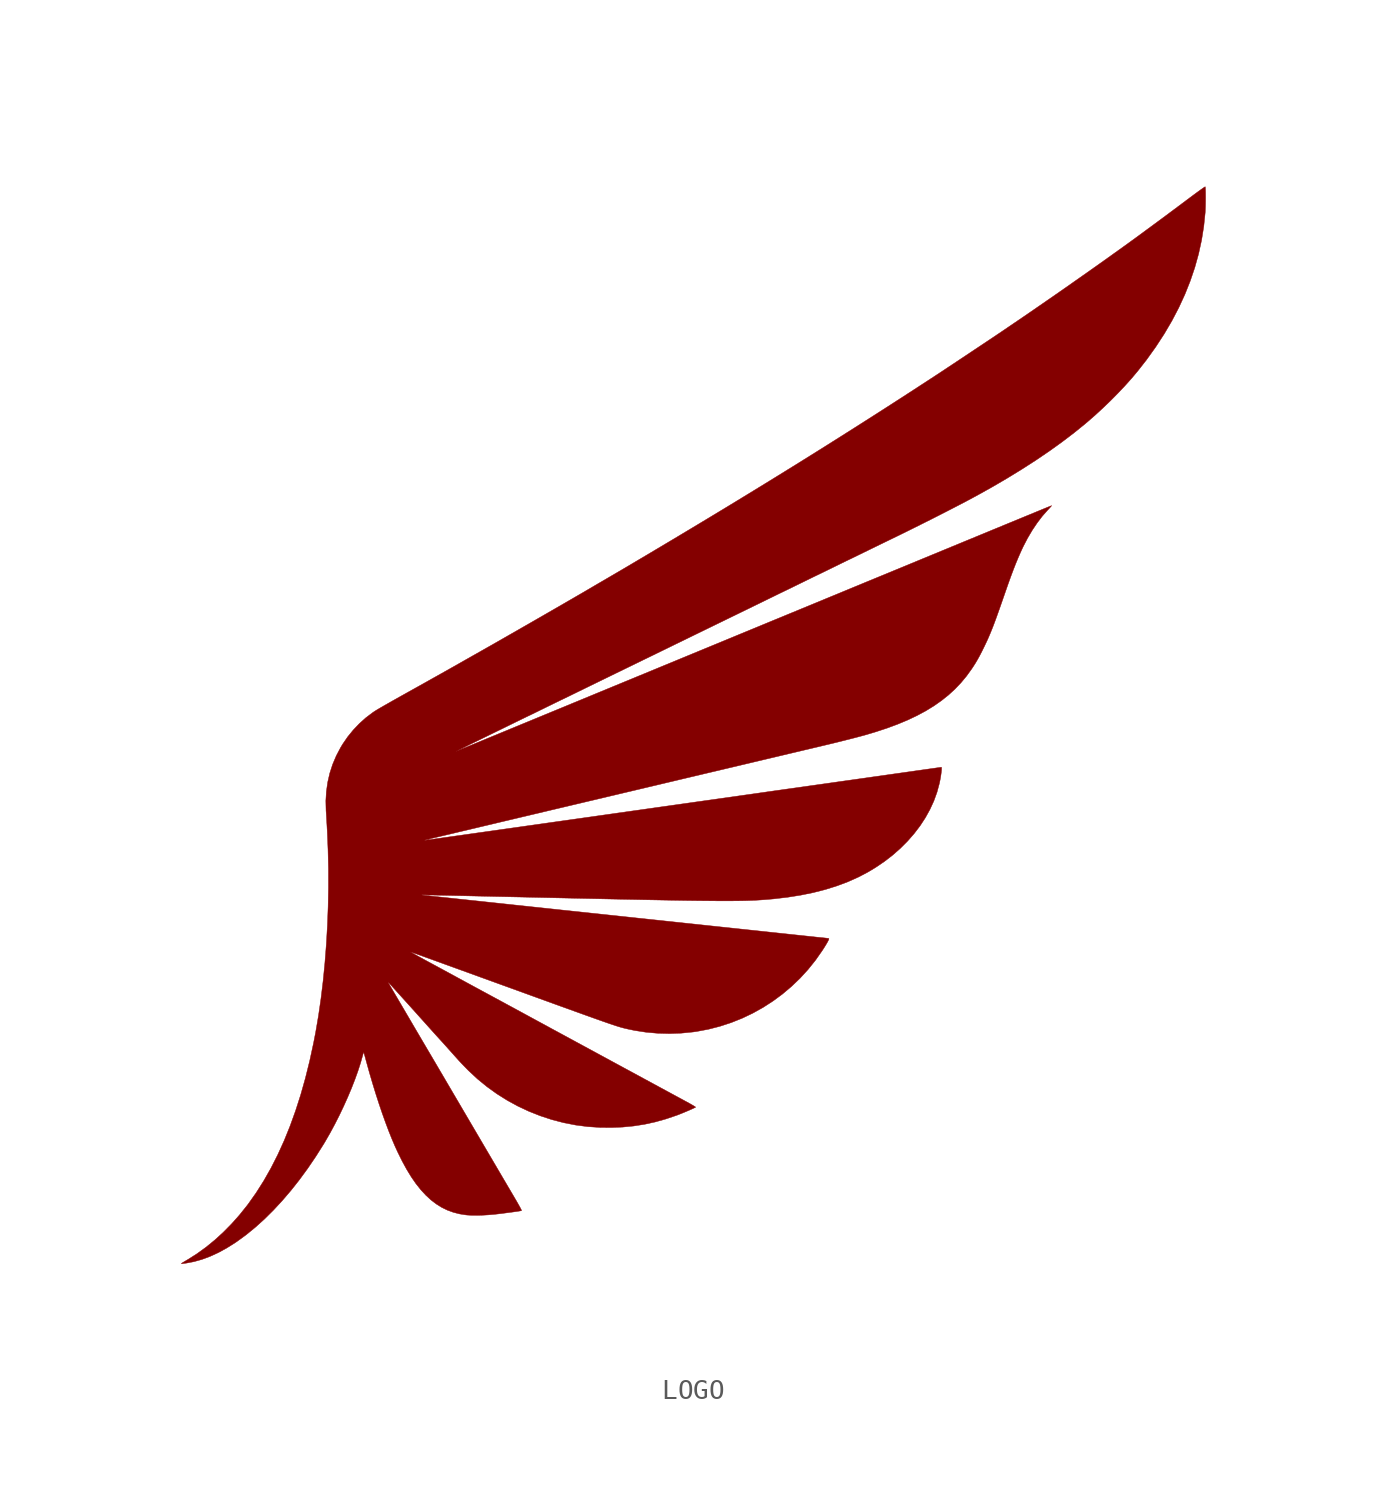
<source format=kicad_sym>
(kicad_symbol_lib
  (version 20210619)
  (generator bitmap2component)
  (symbol "LOGO"
    (pin_names
      (offset 1.016))
    (property "Reference" "#G"
      (at 0 39.365 0)
      (effects (font (size 1.27 1.27)) hide))
    (symbol "LOGO_0_0"
      (polyline (pts (xy -25.558 -26.975) (xy -25.478 -26.965) (xy -25.363 -26.949) (xy -25.001 -26.88) (xy -24.601 -26.768) (xy -24.195 -26.617) (xy -23.782 -26.428) (xy -23.364 -26.2) (xy -22.94 -25.934) (xy -22.849 -25.872) (xy -22.389 -25.537) (xy -21.931 -25.163) (xy -21.476 -24.753) (xy -21.026 -24.307) (xy -20.582 -23.829) (xy -20.145 -23.318) (xy -19.718 -22.778) (xy -19.301 -22.209) (xy -18.896 -21.612) (xy -18.504 -20.991) (xy -18.414 -20.84) (xy -18.174 -20.422) (xy -17.941 -19.988) (xy -17.715 -19.543) (xy -17.5 -19.091) (xy -17.297 -18.639) (xy -17.108 -18.191) (xy -16.937 -17.752) (xy -16.785 -17.328) (xy -16.655 -16.924) (xy -16.548 -16.545) (xy -16.545 -16.532) (xy -16.526 -16.465) (xy -16.51 -16.418) (xy -16.5 -16.4) (xy -16.492 -16.414) (xy -16.477 -16.459) (xy -16.456 -16.529) (xy -16.432 -16.615) (xy -16.363 -16.87) (xy -16.212 -17.413) (xy -16.055 -17.947) (xy -15.895 -18.468) (xy -15.732 -18.972) (xy -15.568 -19.456) (xy -15.403 -19.916) (xy -15.241 -20.347) (xy -15.081 -20.746) (xy -14.925 -21.11) (xy -14.797 -21.388) (xy -14.573 -21.842) (xy -14.346 -22.258) (xy -14.115 -22.636) (xy -13.879 -22.977) (xy -13.636 -23.282) (xy -13.387 -23.552) (xy -13.131 -23.788) (xy -12.865 -23.991) (xy -12.59 -24.162) (xy -12.305 -24.301) (xy -12.008 -24.409) (xy -11.698 -24.488) (xy -11.376 -24.539) (xy -11.295 -24.546) (xy -11.07 -24.558) (xy -10.814 -24.56) (xy -10.534 -24.552) (xy -10.236 -24.534) (xy -9.925 -24.506) (xy -9.609 -24.47) (xy -9.515 -24.457) (xy -9.286 -24.427) (xy -9.094 -24.402) (xy -8.936 -24.38) (xy -8.812 -24.362) (xy -8.717 -24.347) (xy -8.65 -24.336) (xy -8.61 -24.327) (xy -8.593 -24.32) (xy -8.595 -24.309) (xy -8.614 -24.267) (xy -8.65 -24.197) (xy -8.7 -24.104) (xy -8.763 -23.992) (xy -8.835 -23.865) (xy -8.916 -23.727) (xy -8.928 -23.706) (xy -9.016 -23.556) (xy -9.117 -23.384) (xy -9.231 -23.191) (xy -9.359 -22.973) (xy -9.502 -22.73) (xy -9.66 -22.461) (xy -9.834 -22.164) (xy -10.025 -21.839) (xy -10.233 -21.485) (xy -10.46 -21.099) (xy -10.705 -20.681) (xy -10.97 -20.23) (xy -11.062 -20.073) (xy -11.193 -19.85) (xy -11.336 -19.606) (xy -11.486 -19.351) (xy -11.637 -19.093) (xy -11.786 -18.839) (xy -11.927 -18.599) (xy -12.056 -18.38) (xy -12.095 -18.313) (xy -12.209 -18.119) (xy -12.323 -17.925) (xy -12.433 -17.737) (xy -12.537 -17.559) (xy -12.633 -17.397) (xy -12.716 -17.255) (xy -12.785 -17.138) (xy -12.836 -17.05) (xy -12.897 -16.947) (xy -12.984 -16.799) (xy -13.074 -16.646) (xy -13.159 -16.502) (xy -13.231 -16.38) (xy -13.277 -16.303) (xy -13.341 -16.193) (xy -13.42 -16.059) (xy -13.511 -15.905) (xy -13.61 -15.736) (xy -13.715 -15.558) (xy -13.823 -15.374) (xy -13.931 -15.19) (xy -13.996 -15.079) (xy -14.12 -14.867) (xy -14.25 -14.645) (xy -14.382 -14.42) (xy -14.511 -14.2) (xy -14.634 -13.991) (xy -14.745 -13.802) (xy -14.84 -13.64) (xy -14.935 -13.479) (xy -15.025 -13.325) (xy -15.098 -13.199) (xy -15.156 -13.1) (xy -15.2 -13.024) (xy -15.233 -12.967) (xy -15.255 -12.928) (xy -15.268 -12.902) (xy -15.274 -12.888) (xy -15.276 -12.882) (xy -15.273 -12.88) (xy -15.263 -12.889) (xy -15.23 -12.923) (xy -15.178 -12.979) (xy -15.113 -13.051) (xy -15.038 -13.135) (xy -15.012 -13.164) (xy -14.91 -13.277) (xy -14.799 -13.4) (xy -14.692 -13.519) (xy -14.6 -13.621) (xy -14.53 -13.698) (xy -14.386 -13.858) (xy -14.215 -14.047) (xy -14.018 -14.266) (xy -13.796 -14.514) (xy -13.546 -14.792) (xy -13.27 -15.1) (xy -13.18 -15.2) (xy -13.069 -15.324) (xy -12.965 -15.44) (xy -12.873 -15.542) (xy -12.795 -15.627) (xy -12.737 -15.691) (xy -12.702 -15.73) (xy -12.698 -15.734) (xy -12.657 -15.779) (xy -12.605 -15.836) (xy -12.539 -15.909) (xy -12.458 -15.999) (xy -12.357 -16.111) (xy -12.236 -16.247) (xy -12.09 -16.41) (xy -12.021 -16.487) (xy -11.935 -16.584) (xy -11.844 -16.685) (xy -11.759 -16.78) (xy -11.757 -16.783) (xy -11.681 -16.865) (xy -11.586 -16.966) (xy -11.478 -17.078) (xy -11.367 -17.192) (xy -11.261 -17.3) (xy -11.25 -17.311) (xy -10.802 -17.728) (xy -10.329 -18.115) (xy -9.833 -18.472) (xy -9.315 -18.798) (xy -8.779 -19.091) (xy -8.225 -19.351) (xy -7.657 -19.576) (xy -7.076 -19.767) (xy -6.484 -19.921) (xy -5.885 -20.038) (xy -5.279 -20.117) (xy -4.67 -20.157) (xy -4.111 -20.163) (xy -3.538 -20.14) (xy -2.982 -20.086) (xy -2.437 -20.001) (xy -1.897 -19.883) (xy -1.357 -19.731) (xy -0.811 -19.546) (xy -0.741 -19.519) (xy -0.631 -19.476) (xy -0.511 -19.427) (xy -0.386 -19.375) (xy -0.263 -19.323) (xy -0.147 -19.273) (xy -0.044 -19.227) (xy 0.039 -19.188) (xy 0.098 -19.16) (xy 0.125 -19.143) (xy 0.112 -19.131) (xy 0.069 -19.102) (xy -0.001 -19.059) (xy -0.092 -19.006) (xy -0.202 -18.944) (xy -0.325 -18.877) (xy -0.379 -18.848) (xy -0.474 -18.796) (xy -0.601 -18.727) (xy -0.757 -18.643) (xy -0.94 -18.544) (xy -1.147 -18.432) (xy -1.377 -18.307) (xy -1.626 -18.172) (xy -1.894 -18.027) (xy -2.177 -17.873) (xy -2.474 -17.713) (xy -2.781 -17.546) (xy -3.098 -17.374) (xy -3.422 -17.199) (xy -3.75 -17.021) (xy -4.07 -16.848) (xy -4.384 -16.677) (xy -4.689 -16.512) (xy -4.981 -16.353) (xy -5.26 -16.202) (xy -5.523 -16.06) (xy -5.768 -15.927) (xy -5.994 -15.804) (xy -6.198 -15.694) (xy -6.378 -15.596) (xy -6.533 -15.512) (xy -6.661 -15.443) (xy -6.759 -15.39) (xy -6.826 -15.353) (xy -6.86 -15.335) (xy -6.897 -15.315) (xy -6.994 -15.263) (xy -7.101 -15.205) (xy -7.2 -15.15) (xy -7.228 -15.135) (xy -7.325 -15.082) (xy -7.441 -15.019) (xy -7.563 -14.953) (xy -7.68 -14.89) (xy -7.72 -14.868) (xy -7.84 -14.803) (xy -7.962 -14.737) (xy -8.072 -14.677) (xy -8.16 -14.629) (xy -8.194 -14.611) (xy -8.266 -14.571) (xy -8.368 -14.516) (xy -8.497 -14.446) (xy -8.65 -14.363) (xy -8.824 -14.268) (xy -9.016 -14.164) (xy -9.224 -14.052) (xy -9.444 -13.932) (xy -9.674 -13.808) (xy -9.91 -13.68) (xy -10.091 -13.582) (xy -10.324 -13.456) (xy -10.55 -13.334) (xy -10.764 -13.218) (xy -10.964 -13.11) (xy -11.147 -13.01) (xy -11.31 -12.922) (xy -11.45 -12.846) (xy -11.563 -12.784) (xy -11.648 -12.738) (xy -11.7 -12.71) (xy -11.772 -12.671) (xy -11.876 -12.614) (xy -12.003 -12.545) (xy -12.146 -12.467) (xy -12.298 -12.385) (xy -12.453 -12.301) (xy -12.604 -12.219) (xy -12.745 -12.143) (xy -12.869 -12.075) (xy -12.97 -12.021) (xy -13.057 -11.974) (xy -13.261 -11.864) (xy -13.451 -11.761) (xy -13.624 -11.666) (xy -13.777 -11.583) (xy -13.907 -11.511) (xy -14.013 -11.452) (xy -14.091 -11.407) (xy -14.139 -11.379) (xy -14.155 -11.368) (xy -14.151 -11.369) (xy -14.116 -11.38) (xy -14.05 -11.402) (xy -13.958 -11.434) (xy -13.844 -11.474) (xy -13.713 -11.52) (xy -13.569 -11.572) (xy -13.498 -11.598) (xy -13.319 -11.663) (xy -13.117 -11.736) (xy -12.902 -11.814) (xy -12.684 -11.893) (xy -12.473 -11.97) (xy -12.28 -12.04) (xy -12.154 -12.085) (xy -11.976 -12.15) (xy -11.772 -12.224) (xy -11.547 -12.305) (xy -11.307 -12.392) (xy -11.059 -12.482) (xy -10.808 -12.573) (xy -10.559 -12.664) (xy -10.32 -12.75) (xy -10.293 -12.76) (xy -9.71 -12.972) (xy -9.162 -13.17) (xy -8.649 -13.356) (xy -8.171 -13.53) (xy -7.724 -13.692) (xy -7.309 -13.842) (xy -6.924 -13.982) (xy -6.567 -14.111) (xy -6.238 -14.229) (xy -5.935 -14.339) (xy -5.657 -14.439) (xy -5.402 -14.531) (xy -5.169 -14.614) (xy -4.958 -14.69) (xy -4.766 -14.758) (xy -4.593 -14.819) (xy -4.437 -14.874) (xy -4.297 -14.923) (xy -4.171 -14.966) (xy -4.059 -15.004) (xy -3.959 -15.037) (xy -3.87 -15.067) (xy -3.79 -15.092) (xy -3.719 -15.114) (xy -3.655 -15.133) (xy -3.596 -15.15) (xy -3.542 -15.165) (xy -3.491 -15.178) (xy -3.442 -15.19) (xy -3.394 -15.202) (xy -3.345 -15.213) (xy -3.294 -15.225) (xy -3.24 -15.237) (xy -2.927 -15.302) (xy -2.355 -15.39) (xy -1.773 -15.442) (xy -1.185 -15.458) (xy -0.596 -15.436) (xy -0.01 -15.378) (xy 0.18 -15.351) (xy 0.766 -15.241) (xy 1.341 -15.093) (xy 1.904 -14.909) (xy 2.453 -14.69) (xy 2.986 -14.436) (xy 3.501 -14.149) (xy 3.997 -13.829) (xy 4.471 -13.479) (xy 4.923 -13.098) (xy 5.35 -12.689) (xy 5.75 -12.252) (xy 6.122 -11.789) (xy 6.465 -11.3) (xy 6.486 -11.267) (xy 6.589 -11.106) (xy 6.672 -10.969) (xy 6.735 -10.859) (xy 6.777 -10.776) (xy 6.797 -10.722) (xy 6.795 -10.698) (xy 6.768 -10.691) (xy 6.711 -10.682) (xy 6.64 -10.674) (xy 6.62 -10.672) (xy 6.554 -10.665) (xy 6.456 -10.655) (xy 6.33 -10.642) (xy 6.181 -10.627) (xy 6.015 -10.609) (xy 5.837 -10.59) (xy 5.65 -10.57) (xy 5.569 -10.562) (xy 5.308 -10.534) (xy 5.013 -10.503) (xy 4.689 -10.468) (xy 4.339 -10.431) (xy 3.968 -10.391) (xy 3.58 -10.35) (xy 3.18 -10.307) (xy 2.772 -10.264) (xy 2.36 -10.22) (xy 1.949 -10.176) (xy 1.543 -10.133) (xy 1.146 -10.091) (xy 0.762 -10.05) (xy 0.397 -10.011) (xy 0.053 -9.974) (xy -0.264 -9.941) (xy -0.55 -9.91) (xy -0.642 -9.9) (xy -0.891 -9.874) (xy -1.138 -9.847) (xy -1.38 -9.822) (xy -1.61 -9.797) (xy -1.825 -9.774) (xy -2.019 -9.754) (xy -2.188 -9.736) (xy -2.326 -9.721) (xy -2.43 -9.71) (xy -2.438 -9.709) (xy -2.613 -9.691) (xy -2.81 -9.67) (xy -3.014 -9.648) (xy -3.209 -9.627) (xy -3.38 -9.609) (xy -3.399 -9.607) (xy -3.527 -9.593) (xy -3.688 -9.576) (xy -3.876 -9.556) (xy -4.085 -9.534) (xy -4.311 -9.51) (xy -4.546 -9.485) (xy -4.786 -9.459) (xy -5.025 -9.434) (xy -5.257 -9.409) (xy -5.476 -9.386) (xy -5.677 -9.364) (xy -5.853 -9.346) (xy -6 -9.33) (xy -6.001 -9.33) (xy -6.052 -9.325) (xy -6.139 -9.315) (xy -6.263 -9.302) (xy -6.419 -9.286) (xy -6.605 -9.266) (xy -6.82 -9.243) (xy -7.061 -9.217) (xy -7.327 -9.189) (xy -7.613 -9.158) (xy -7.919 -9.126) (xy -8.242 -9.091) (xy -8.58 -9.055) (xy -8.931 -9.018) (xy -9.291 -8.979) (xy -9.66 -8.94) (xy -9.674 -8.938) (xy -10.042 -8.899) (xy -10.402 -8.861) (xy -10.752 -8.823) (xy -11.089 -8.788) (xy -11.412 -8.753) (xy -11.717 -8.721) (xy -12.003 -8.69) (xy -12.267 -8.662) (xy -12.507 -8.637) (xy -12.721 -8.614) (xy -12.906 -8.594) (xy -13.06 -8.578) (xy -13.182 -8.565) (xy -13.268 -8.556) (xy -13.317 -8.55) (xy -13.342 -8.548) (xy -13.438 -8.537) (xy -13.517 -8.527) (xy -13.571 -8.519) (xy -13.593 -8.514) (xy -13.593 -8.513) (xy -13.568 -8.511) (xy -13.513 -8.51) (xy -13.433 -8.511) (xy -13.336 -8.513) (xy -13.309 -8.514) (xy -13.239 -8.516) (xy -13.131 -8.518) (xy -12.988 -8.522) (xy -12.811 -8.526) (xy -12.602 -8.531) (xy -12.361 -8.536) (xy -12.092 -8.542) (xy -11.794 -8.549) (xy -11.47 -8.556) (xy -11.122 -8.564) (xy -10.75 -8.573) (xy -10.357 -8.581) (xy -9.945 -8.591) (xy -9.514 -8.6) (xy -9.066 -8.61) (xy -8.603 -8.62) (xy -8.126 -8.631) (xy -7.637 -8.642) (xy -7.138 -8.653) (xy -6.63 -8.664) (xy -6.06 -8.677) (xy -5.367 -8.692) (xy -4.71 -8.706) (xy -4.091 -8.72) (xy -3.506 -8.732) (xy -2.955 -8.743) (xy -2.437 -8.754) (xy -1.95 -8.763) (xy -1.493 -8.772) (xy -1.064 -8.78) (xy -0.663 -8.787) (xy -0.288 -8.793) (xy 0.062 -8.798) (xy 0.389 -8.802) (xy 0.693 -8.805) (xy 0.977 -8.808) (xy 1.241 -8.81) (xy 1.486 -8.81) (xy 1.715 -8.811) (xy 1.928 -8.81) (xy 2.126 -8.808) (xy 2.312 -8.806) (xy 2.485 -8.803) (xy 2.648 -8.799) (xy 2.801 -8.794) (xy 2.947 -8.788) (xy 3.086 -8.782) (xy 3.219 -8.775) (xy 3.348 -8.767) (xy 3.475 -8.758) (xy 3.6 -8.749) (xy 3.724 -8.739) (xy 3.85 -8.728) (xy 4.032 -8.712) (xy 4.729 -8.63) (xy 5.394 -8.524) (xy 6.029 -8.394) (xy 6.633 -8.239) (xy 7.207 -8.059) (xy 7.75 -7.855) (xy 8.265 -7.625) (xy 8.75 -7.371) (xy 9.131 -7.142) (xy 9.574 -6.842) (xy 9.99 -6.521) (xy 10.378 -6.179) (xy 10.737 -5.819) (xy 11.066 -5.443) (xy 11.364 -5.052) (xy 11.628 -4.648) (xy 11.858 -4.232) (xy 12.053 -3.807) (xy 12.21 -3.373) (xy 12.329 -2.933) (xy 12.336 -2.901) (xy 12.364 -2.763) (xy 12.389 -2.626) (xy 12.409 -2.494) (xy 12.425 -2.374) (xy 12.436 -2.271) (xy 12.44 -2.191) (xy 12.438 -2.139) (xy 12.428 -2.12) (xy 12.406 -2.123) (xy 12.348 -2.131) (xy 12.258 -2.143) (xy 12.138 -2.16) (xy 11.993 -2.18) (xy 11.825 -2.204) (xy 11.638 -2.23) (xy 11.437 -2.259) (xy 11.223 -2.289) (xy 11.173 -2.296) (xy 10.945 -2.329) (xy 10.682 -2.366) (xy 10.388 -2.408) (xy 10.067 -2.453) (xy 9.723 -2.502) (xy 9.359 -2.554) (xy 8.981 -2.607) (xy 8.591 -2.663) (xy 8.193 -2.719) (xy 7.791 -2.776) (xy 7.39 -2.832) (xy 6.993 -2.889) (xy 6.604 -2.944) (xy 6.227 -2.997) (xy 5.865 -3.048) (xy 5.523 -3.097) (xy 5.205 -3.142) (xy 4.914 -3.183) (xy 4.654 -3.219) (xy 4.43 -3.251) (xy 4.288 -3.271) (xy 4.096 -3.298) (xy 3.912 -3.324) (xy 3.743 -3.348) (xy 3.593 -3.37) (xy 3.468 -3.388) (xy 3.372 -3.401) (xy 3.31 -3.41) (xy 3.28 -3.415) (xy 3.205 -3.425) (xy 3.096 -3.441) (xy 2.956 -3.461) (xy 2.787 -3.485) (xy 2.592 -3.512) (xy 2.375 -3.543) (xy 2.138 -3.577) (xy 1.884 -3.613) (xy 1.616 -3.651) (xy 1.337 -3.69) (xy 1.05 -3.731) (xy 0.742 -3.774) (xy 0.409 -3.821) (xy 0.068 -3.869) (xy -0.278 -3.918) (xy -0.621 -3.967) (xy -0.957 -4.014) (xy -1.28 -4.06) (xy -1.586 -4.103) (xy -1.868 -4.143) (xy -2.121 -4.179) (xy -2.34 -4.21) (xy -2.374 -4.215) (xy -2.67 -4.257) (xy -3.003 -4.304) (xy -3.37 -4.356) (xy -3.768 -4.412) (xy -4.195 -4.473) (xy -4.648 -4.537) (xy -5.125 -4.605) (xy -5.622 -4.675) (xy -6.137 -4.748) (xy -6.668 -4.823) (xy -7.213 -4.9) (xy -7.767 -4.979) (xy -8.329 -5.058) (xy -8.896 -5.139) (xy -9.465 -5.219) (xy -10.034 -5.3) (xy -10.6 -5.38) (xy -10.681 -5.391) (xy -10.982 -5.434) (xy -11.276 -5.475) (xy -11.559 -5.516) (xy -11.829 -5.554) (xy -12.083 -5.59) (xy -12.317 -5.623) (xy -12.529 -5.653) (xy -12.717 -5.68) (xy -12.876 -5.702) (xy -13.004 -5.721) (xy -13.099 -5.734) (xy -13.156 -5.742) (xy -13.2 -5.748) (xy -13.296 -5.761) (xy -13.376 -5.771) (xy -13.429 -5.776) (xy -13.451 -5.776) (xy -13.442 -5.772) (xy -13.401 -5.759) (xy -13.332 -5.741) (xy -13.241 -5.718) (xy -13.134 -5.692) (xy -13.095 -5.683) (xy -12.988 -5.657) (xy -12.852 -5.625) (xy -12.691 -5.587) (xy -12.513 -5.545) (xy -12.322 -5.5) (xy -12.126 -5.454) (xy -11.93 -5.407) (xy -11.853 -5.389) (xy -11.65 -5.34) (xy -11.444 -5.292) (xy -11.244 -5.245) (xy -11.056 -5.2) (xy -10.886 -5.16) (xy -10.742 -5.125) (xy -10.63 -5.099) (xy -10.493 -5.066) (xy -10.328 -5.027) (xy -10.162 -4.988) (xy -10.008 -4.951) (xy -9.88 -4.921) (xy -9.833 -4.909) (xy -9.74 -4.887) (xy -9.614 -4.857) (xy -9.458 -4.82) (xy -9.275 -4.777) (xy -9.068 -4.728) (xy -8.841 -4.674) (xy -8.597 -4.616) (xy -8.338 -4.555) (xy -8.068 -4.491) (xy -7.79 -4.425) (xy -7.508 -4.358) (xy -7.223 -4.29) (xy -6.94 -4.223) (xy -6.661 -4.157) (xy -6.39 -4.093) (xy -6.13 -4.031) (xy -5.883 -3.973) (xy -5.654 -3.919) (xy -5.445 -3.869) (xy -5.259 -3.825) (xy -5.099 -3.787) (xy -4.969 -3.757) (xy -4.872 -3.734) (xy -4.81 -3.719) (xy -4.786 -3.713) (xy -4.715 -3.697) (xy -4.609 -3.672) (xy -4.471 -3.639) (xy -4.303 -3.599) (xy -4.11 -3.553) (xy -3.892 -3.502) (xy -3.654 -3.445) (xy -3.397 -3.384) (xy -3.124 -3.32) (xy -2.839 -3.252) (xy -2.543 -3.182) (xy -2.24 -3.11) (xy -2.091 -3.075) (xy -1.787 -3.003) (xy -1.49 -2.932) (xy -1.203 -2.864) (xy -0.928 -2.799) (xy -0.669 -2.737) (xy -0.428 -2.68) (xy -0.208 -2.628) (xy -0.013 -2.582) (xy 0.154 -2.542) (xy 0.292 -2.51) (xy 0.396 -2.485) (xy 0.465 -2.469) (xy 0.491 -2.462) (xy 0.806 -2.388) (xy 1.09 -2.321) (xy 1.353 -2.259) (xy 1.604 -2.199) (xy 1.85 -2.141) (xy 2.1 -2.082) (xy 2.15 -2.07) (xy 2.331 -2.027) (xy 2.528 -1.98) (xy 2.728 -1.933) (xy 2.917 -1.888) (xy 3.08 -1.849) (xy 3.145 -1.834) (xy 3.275 -1.803) (xy 3.436 -1.765) (xy 3.621 -1.721) (xy 3.825 -1.673) (xy 4.044 -1.621) (xy 4.271 -1.567) (xy 4.502 -1.512) (xy 4.73 -1.458) (xy 4.882 -1.422) (xy 5.11 -1.368) (xy 5.335 -1.315) (xy 5.552 -1.263) (xy 5.757 -1.215) (xy 5.943 -1.171) (xy 6.105 -1.132) (xy 6.24 -1.101) (xy 6.34 -1.077) (xy 6.444 -1.052) (xy 6.729 -0.984) (xy 7.017 -0.915) (xy 7.302 -0.845) (xy 7.58 -0.775) (xy 7.845 -0.708) (xy 8.092 -0.645) (xy 8.316 -0.586) (xy 8.511 -0.534) (xy 8.672 -0.489) (xy 9.133 -0.351) (xy 9.706 -0.163) (xy 10.243 0.036) (xy 10.745 0.246) (xy 11.213 0.468) (xy 11.65 0.703) (xy 12.056 0.952) (xy 12.433 1.216) (xy 12.783 1.495) (xy 13.107 1.791) (xy 13.406 2.105) (xy 13.683 2.438) (xy 13.938 2.79) (xy 14.028 2.925) (xy 14.137 3.097) (xy 14.239 3.27) (xy 14.341 3.454) (xy 14.447 3.657) (xy 14.561 3.889) (xy 14.579 3.926) (xy 14.647 4.068) (xy 14.712 4.206) (xy 14.774 4.343) (xy 14.834 4.482) (xy 14.895 4.627) (xy 14.957 4.78) (xy 15.022 4.945) (xy 15.09 5.125) (xy 15.164 5.324) (xy 15.243 5.545) (xy 15.331 5.791) (xy 15.427 6.065) (xy 15.533 6.37) (xy 15.651 6.71) (xy 15.777 7.071) (xy 15.908 7.434) (xy 16.032 7.765) (xy 16.151 8.07) (xy 16.267 8.351) (xy 16.381 8.613) (xy 16.494 8.86) (xy 16.531 8.937) (xy 16.748 9.355) (xy 16.981 9.75) (xy 17.228 10.118) (xy 17.485 10.455) (xy 17.751 10.756) (xy 17.794 10.802) (xy 17.86 10.873) (xy 17.91 10.929) (xy 17.942 10.966) (xy 17.951 10.98) (xy 17.951 10.98) (xy 17.939 10.976) (xy 17.91 10.965) (xy 17.862 10.946) (xy 17.794 10.919) (xy 17.705 10.883) (xy 17.593 10.837) (xy 17.456 10.781) (xy 17.294 10.714) (xy 17.105 10.636) (xy 16.887 10.546) (xy 16.639 10.444) (xy 16.36 10.329) (xy 16.048 10.2) (xy 15.702 10.058) (xy 15.32 9.9) (xy 15.231 9.863) (xy 14.994 9.766) (xy 14.735 9.659) (xy 14.462 9.546) (xy 14.185 9.432) (xy 13.915 9.32) (xy 13.659 9.215) (xy 13.43 9.12) (xy 13.417 9.115) (xy 13.223 9.034) (xy 12.998 8.942) (xy 12.75 8.839) (xy 12.485 8.73) (xy 12.21 8.616) (xy 11.93 8.501) (xy 11.652 8.386) (xy 11.383 8.275) (xy 11.13 8.17) (xy 10.967 8.103) (xy 10.745 8.011) (xy 10.532 7.923) (xy 10.332 7.84) (xy 10.146 7.764) (xy 9.98 7.695) (xy 9.837 7.636) (xy 9.72 7.588) (xy 9.633 7.552) (xy 9.58 7.53) (xy 9.561 7.522) (xy 9.483 7.49) (xy 9.375 7.446) (xy 9.24 7.39) (xy 9.083 7.326) (xy 8.909 7.254) (xy 8.723 7.177) (xy 8.528 7.097) (xy 8.331 7.015) (xy 8.134 6.934) (xy 7.942 6.855) (xy 7.761 6.78) (xy 7.595 6.711) (xy 7.448 6.65) (xy 7.325 6.599) (xy 7.23 6.56) (xy 7.226 6.558) (xy 7.166 6.533) (xy 7.072 6.495) (xy 6.947 6.443) (xy 6.793 6.38) (xy 6.614 6.306) (xy 6.413 6.222) (xy 6.191 6.131) (xy 5.952 6.032) (xy 5.699 5.928) (xy 5.434 5.819) (xy 5.16 5.705) (xy 4.88 5.59) (xy 4.758 5.54) (xy 4.425 5.402) (xy 4.125 5.279) (xy 3.853 5.167) (xy 3.607 5.065) (xy 3.384 4.973) (xy 3.179 4.888) (xy 2.989 4.81) (xy 2.811 4.736) (xy 2.641 4.666) (xy 2.476 4.598) (xy 2.313 4.531) (xy 2.148 4.463) (xy 1.978 4.392) (xy 1.798 4.318) (xy 1.607 4.239) (xy 1.4 4.153) (xy 1.353 4.134) (xy 1.238 4.086) (xy 1.091 4.026) (xy 0.917 3.954) (xy 0.719 3.872) (xy 0.502 3.783) (xy 0.27 3.687) (xy 0.025 3.586) (xy -0.227 3.482) (xy -0.483 3.376) (xy -0.74 3.27) (xy -1.065 3.135) (xy -1.452 2.976) (xy -1.805 2.83) (xy -2.127 2.697) (xy -2.42 2.576) (xy -2.686 2.467) (xy -2.927 2.367) (xy -3.144 2.277) (xy -3.341 2.196) (xy -3.518 2.123) (xy -3.679 2.057) (xy -3.825 1.996) (xy -3.958 1.942) (xy -4.081 1.891) (xy -4.194 1.844) (xy -4.302 1.8) (xy -4.404 1.757) (xy -4.504 1.716) (xy -4.604 1.675) (xy -4.705 1.633) (xy -4.81 1.59) (xy -4.972 1.523) (xy -5.216 1.422) (xy -5.49 1.309) (xy -5.789 1.185) (xy -6.108 1.054) (xy -6.443 0.915) (xy -6.79 0.772) (xy -7.145 0.626) (xy -7.503 0.478) (xy -7.859 0.331) (xy -8.21 0.186) (xy -8.55 0.046) (xy -8.741 -0.033) (xy -8.957 -0.122) (xy -9.18 -0.214) (xy -9.402 -0.306) (xy -9.614 -0.393) (xy -9.806 -0.473) (xy -9.97 -0.541) (xy -9.973 -0.542) (xy -10.277 -0.667) (xy -10.546 -0.778) (xy -10.782 -0.876) (xy -10.987 -0.961) (xy -11.164 -1.034) (xy -11.314 -1.096) (xy -11.44 -1.147) (xy -11.543 -1.189) (xy -11.626 -1.223) (xy -11.691 -1.249) (xy -11.739 -1.268) (xy -11.774 -1.282) (xy -11.796 -1.29) (xy -11.808 -1.294) (xy -11.813 -1.294) (xy -11.803 -1.288) (xy -11.761 -1.266) (xy -11.689 -1.23) (xy -11.589 -1.18) (xy -11.465 -1.119) (xy -11.321 -1.048) (xy -11.159 -0.968) (xy -10.982 -0.882) (xy -10.794 -0.79) (xy -10.793 -0.79) (xy -10.572 -0.682) (xy -10.335 -0.567) (xy -10.091 -0.447) (xy -9.845 -0.327) (xy -9.606 -0.211) (xy -9.381 -0.101) (xy -9.178 -0.001) (xy -9.003 0.084) (xy -8.906 0.132) (xy -8.75 0.208) (xy -8.608 0.278) (xy -8.483 0.338) (xy -8.379 0.389) (xy -8.3 0.427) (xy -8.249 0.452) (xy -8.231 0.46) (xy -8.228 0.461) (xy -8.198 0.475) (xy -8.138 0.504) (xy -8.05 0.547) (xy -7.94 0.601) (xy -7.81 0.664) (xy -7.665 0.736) (xy -7.508 0.812) (xy -7.488 0.822) (xy -7.322 0.904) (xy -7.159 0.983) (xy -7.006 1.058) (xy -6.867 1.126) (xy -6.747 1.184) (xy -6.654 1.23) (xy -6.59 1.26) (xy -6.525 1.291) (xy -6.426 1.339) (xy -6.304 1.398) (xy -6.168 1.464) (xy -6.024 1.535) (xy -5.88 1.605) (xy -5.846 1.622) (xy -5.722 1.683) (xy -5.566 1.759) (xy -5.384 1.848) (xy -5.177 1.949) (xy -4.951 2.059) (xy -4.708 2.178) (xy -4.453 2.302) (xy -4.19 2.43) (xy -3.921 2.562) (xy -3.651 2.693) (xy -3.383 2.824) (xy -3.121 2.951) (xy -2.869 3.074) (xy -2.63 3.19) (xy -2.584 3.213) (xy -2.482 3.263) (xy -2.349 3.327) (xy -2.189 3.405) (xy -2.006 3.494) (xy -1.804 3.593) (xy -1.585 3.7) (xy -1.354 3.812) (xy -1.113 3.93) (xy -0.868 4.05) (xy -0.62 4.17) (xy -0.382 4.286) (xy -0.066 4.441) (xy 0.219 4.58) (xy 0.476 4.705) (xy 0.708 4.818) (xy 0.917 4.92) (xy 1.106 5.012) (xy 1.278 5.096) (xy 1.437 5.173) (xy 1.585 5.245) (xy 1.724 5.313) (xy 1.858 5.378) (xy 1.99 5.443) (xy 2.122 5.507) (xy 2.258 5.573) (xy 2.399 5.642) (xy 2.55 5.715) (xy 2.628 5.753) (xy 2.835 5.854) (xy 3.06 5.964) (xy 3.292 6.077) (xy 3.522 6.189) (xy 3.737 6.295) (xy 3.928 6.388) (xy 3.949 6.398) (xy 4.099 6.472) (xy 4.238 6.54) (xy 4.361 6.6) (xy 4.463 6.649) (xy 4.542 6.687) (xy 4.592 6.712) (xy 4.61 6.72) (xy 4.62 6.725) (xy 4.662 6.745) (xy 4.734 6.78) (xy 4.832 6.827) (xy 4.952 6.886) (xy 5.09 6.954) (xy 5.244 7.029) (xy 5.409 7.11) (xy 5.53 7.169) (xy 5.687 7.246) (xy 5.83 7.316) (xy 5.956 7.378) (xy 6.061 7.429) (xy 6.14 7.467) (xy 6.191 7.492) (xy 6.209 7.5) (xy 6.219 7.505) (xy 6.262 7.525) (xy 6.334 7.56) (xy 6.431 7.607) (xy 6.552 7.666) (xy 6.691 7.734) (xy 6.844 7.809) (xy 7.01 7.89) (xy 7.13 7.949) (xy 7.288 8.026) (xy 7.431 8.097) (xy 7.557 8.158) (xy 7.661 8.209) (xy 7.74 8.247) (xy 7.791 8.271) (xy 7.809 8.28) (xy 7.81 8.28) (xy 7.833 8.291) (xy 7.887 8.317) (xy 7.969 8.357) (xy 8.074 8.408) (xy 8.199 8.469) (xy 8.34 8.538) (xy 8.492 8.612) (xy 8.55 8.641) (xy 8.752 8.739) (xy 8.972 8.847) (xy 9.202 8.959) (xy 9.428 9.069) (xy 9.642 9.173) (xy 9.83 9.264) (xy 9.86 9.279) (xy 10.266 9.476) (xy 10.677 9.678) (xy 11.09 9.883) (xy 11.501 10.088) (xy 11.906 10.291) (xy 12.302 10.492) (xy 12.684 10.687) (xy 13.049 10.875) (xy 13.393 11.053) (xy 13.712 11.221) (xy 14.002 11.376) (xy 14.26 11.516) (xy 14.965 11.909) (xy 15.735 12.359) (xy 16.473 12.812) (xy 17.177 13.265) (xy 17.846 13.72) (xy 18.478 14.174) (xy 19.073 14.627) (xy 19.63 15.078) (xy 19.747 15.177) (xy 20.14 15.521) (xy 20.531 15.881) (xy 20.915 16.251) (xy 21.285 16.626) (xy 21.637 16.999) (xy 21.965 17.366) (xy 22.262 17.72) (xy 22.701 18.281) (xy 23.163 18.926) (xy 23.587 19.576) (xy 23.972 20.232) (xy 24.318 20.894) (xy 24.625 21.56) (xy 24.892 22.231) (xy 25.121 22.907) (xy 25.31 23.587) (xy 25.459 24.271) (xy 25.569 24.959) (xy 25.64 25.65) (xy 25.644 25.716) (xy 25.649 25.834) (xy 25.654 25.967) (xy 25.657 26.11) (xy 25.659 26.258) (xy 25.66 26.405) (xy 25.659 26.545) (xy 25.658 26.672) (xy 25.655 26.782) (xy 25.651 26.869) (xy 25.646 26.927) (xy 25.64 26.95) (xy 25.628 26.944) (xy 25.586 26.918) (xy 25.517 26.87) (xy 25.424 26.805) (xy 25.311 26.723) (xy 25.179 26.627) (xy 25.033 26.519) (xy 24.874 26.401) (xy 24.705 26.275) (xy 24.669 26.247) (xy 24.477 26.104) (xy 24.278 25.955) (xy 24.077 25.805) (xy 23.881 25.659) (xy 23.695 25.52) (xy 23.524 25.393) (xy 23.374 25.282) (xy 23.25 25.191) (xy 23.171 25.132) (xy 23.04 25.036) (xy 22.918 24.946) (xy 22.809 24.866) (xy 22.718 24.799) (xy 22.65 24.749) (xy 22.61 24.719) (xy 22.529 24.659) (xy 22.229 24.439) (xy 21.9 24.2) (xy 21.545 23.944) (xy 21.168 23.674) (xy 20.772 23.391) (xy 20.36 23.098) (xy 19.936 22.798) (xy 19.502 22.492) (xy 19.063 22.184) (xy 18.621 21.874) (xy 18.18 21.567) (xy 17.742 21.264) (xy 17.312 20.967) (xy 16.893 20.678) (xy 16.488 20.401) (xy 16.1 20.137) (xy 16.044 20.099) (xy 15.905 20.005) (xy 15.755 19.903) (xy 15.607 19.802) (xy 15.478 19.714) (xy 15.426 19.679) (xy 15.332 19.616) (xy 15.211 19.535) (xy 15.066 19.437) (xy 14.899 19.326) (xy 14.715 19.203) (xy 14.517 19.071) (xy 14.308 18.932) (xy 14.091 18.788) (xy 13.87 18.64) (xy 13.648 18.492) (xy 13.428 18.346) (xy 13.214 18.204) (xy 13.008 18.067) (xy 12.815 17.939) (xy 12.637 17.821) (xy 12.478 17.715) (xy 12.341 17.625) (xy 12.229 17.551) (xy 12.146 17.497) (xy 11.899 17.336) (xy 10.782 16.609) (xy 9.68 15.898) (xy 8.586 15.199) (xy 7.496 14.507) (xy 6.402 13.818) (xy 5.297 13.128) (xy 4.176 12.434) (xy 3.031 11.731) (xy 1.857 11.015) (xy 1.609 10.864) (xy 1.205 10.62) (xy 0.783 10.365) (xy 0.349 10.104) (xy -0.095 9.837) (xy -0.544 9.568) (xy -0.996 9.297) (xy -1.446 9.029) (xy -1.891 8.764) (xy -2.328 8.504) (xy -2.752 8.253) (xy -3.16 8.011) (xy -3.548 7.782) (xy -3.914 7.568) (xy -4.252 7.37) (xy -4.56 7.19) (xy -4.579 7.179) (xy -4.698 7.11) (xy -4.823 7.037) (xy -4.942 6.967) (xy -5.04 6.909) (xy -5.182 6.826) (xy -5.361 6.721) (xy -5.569 6.599) (xy -5.803 6.464) (xy -6.059 6.315) (xy -6.336 6.155) (xy -6.629 5.985) (xy -6.936 5.808) (xy -7.254 5.625) (xy -7.58 5.437) (xy -7.91 5.247) (xy -8.242 5.056) (xy -8.573 4.867) (xy -8.899 4.679) (xy -9.218 4.497) (xy -9.527 4.32) (xy -9.822 4.151) (xy -10.101 3.992) (xy -10.361 3.845) (xy -10.598 3.71) (xy -10.81 3.59) (xy -10.833 3.577) (xy -10.98 3.494) (xy -11.139 3.404) (xy -11.299 3.313) (xy -11.446 3.23) (xy -11.57 3.159) (xy -11.632 3.124) (xy -11.751 3.057) (xy -11.896 2.974) (xy -12.062 2.881) (xy -12.244 2.778) (xy -12.436 2.67) (xy -12.634 2.559) (xy -12.831 2.448) (xy -13.023 2.341) (xy -13.204 2.239) (xy -13.369 2.146) (xy -13.513 2.066) (xy -13.63 2) (xy -13.709 1.956) (xy -14.056 1.763) (xy -14.369 1.588) (xy -14.65 1.431) (xy -14.901 1.29) (xy -15.123 1.165) (xy -15.316 1.055) (xy -15.483 0.96) (xy -15.625 0.878) (xy -15.743 0.809) (xy -15.839 0.752) (xy -15.913 0.706) (xy -15.968 0.671) (xy -16.052 0.614) (xy -16.394 0.355) (xy -16.72 0.062) (xy -17.024 -0.258) (xy -17.302 -0.6) (xy -17.549 -0.96) (xy -17.652 -1.131) (xy -17.747 -1.31) (xy -11.86 -1.31) (xy -11.85 -1.3) (xy -11.84 -1.31) (xy -11.85 -1.32) (xy -11.86 -1.31) (xy -17.747 -1.31) (xy -17.872 -1.548) (xy -18.053 -1.976) (xy -18.196 -2.416) (xy -18.3 -2.868) (xy -18.366 -3.33) (xy -18.394 -3.802) (xy -18.383 -4.285) (xy -18.381 -4.32) (xy -18.371 -4.473) (xy -18.361 -4.649) (xy -18.35 -4.837) (xy -18.339 -5.021) (xy -18.33 -5.19) (xy -18.323 -5.313) (xy -18.284 -6.25) (xy -18.263 -7.197) (xy -18.262 -8.148) (xy -18.279 -9.1) (xy -18.315 -10.046) (xy -18.369 -10.985) (xy -18.441 -11.909) (xy -18.53 -12.815) (xy -18.637 -13.699) (xy -18.761 -14.555) (xy -18.902 -15.38) (xy -19.006 -15.918) (xy -19.202 -16.822) (xy -19.418 -17.691) (xy -19.654 -18.526) (xy -19.911 -19.326) (xy -20.188 -20.093) (xy -20.485 -20.827) (xy -20.803 -21.526) (xy -21.142 -22.193) (xy -21.501 -22.826) (xy -21.881 -23.426) (xy -22.282 -23.993) (xy -22.349 -24.081) (xy -22.724 -24.548) (xy -23.12 -24.992) (xy -23.533 -25.411) (xy -23.961 -25.801) (xy -24.4 -26.159) (xy -24.848 -26.483) (xy -25.3 -26.77) (xy -25.311 -26.776) (xy -25.402 -26.83) (xy -25.485 -26.879) (xy -25.55 -26.918) (xy -25.59 -26.942) (xy -25.599 -26.948) (xy -25.622 -26.965) (xy -25.626 -26.975) (xy -25.606 -26.979) (xy -25.558 -26.975)) (stroke (width 0.01)) (fill (type outline))))))
</source>
